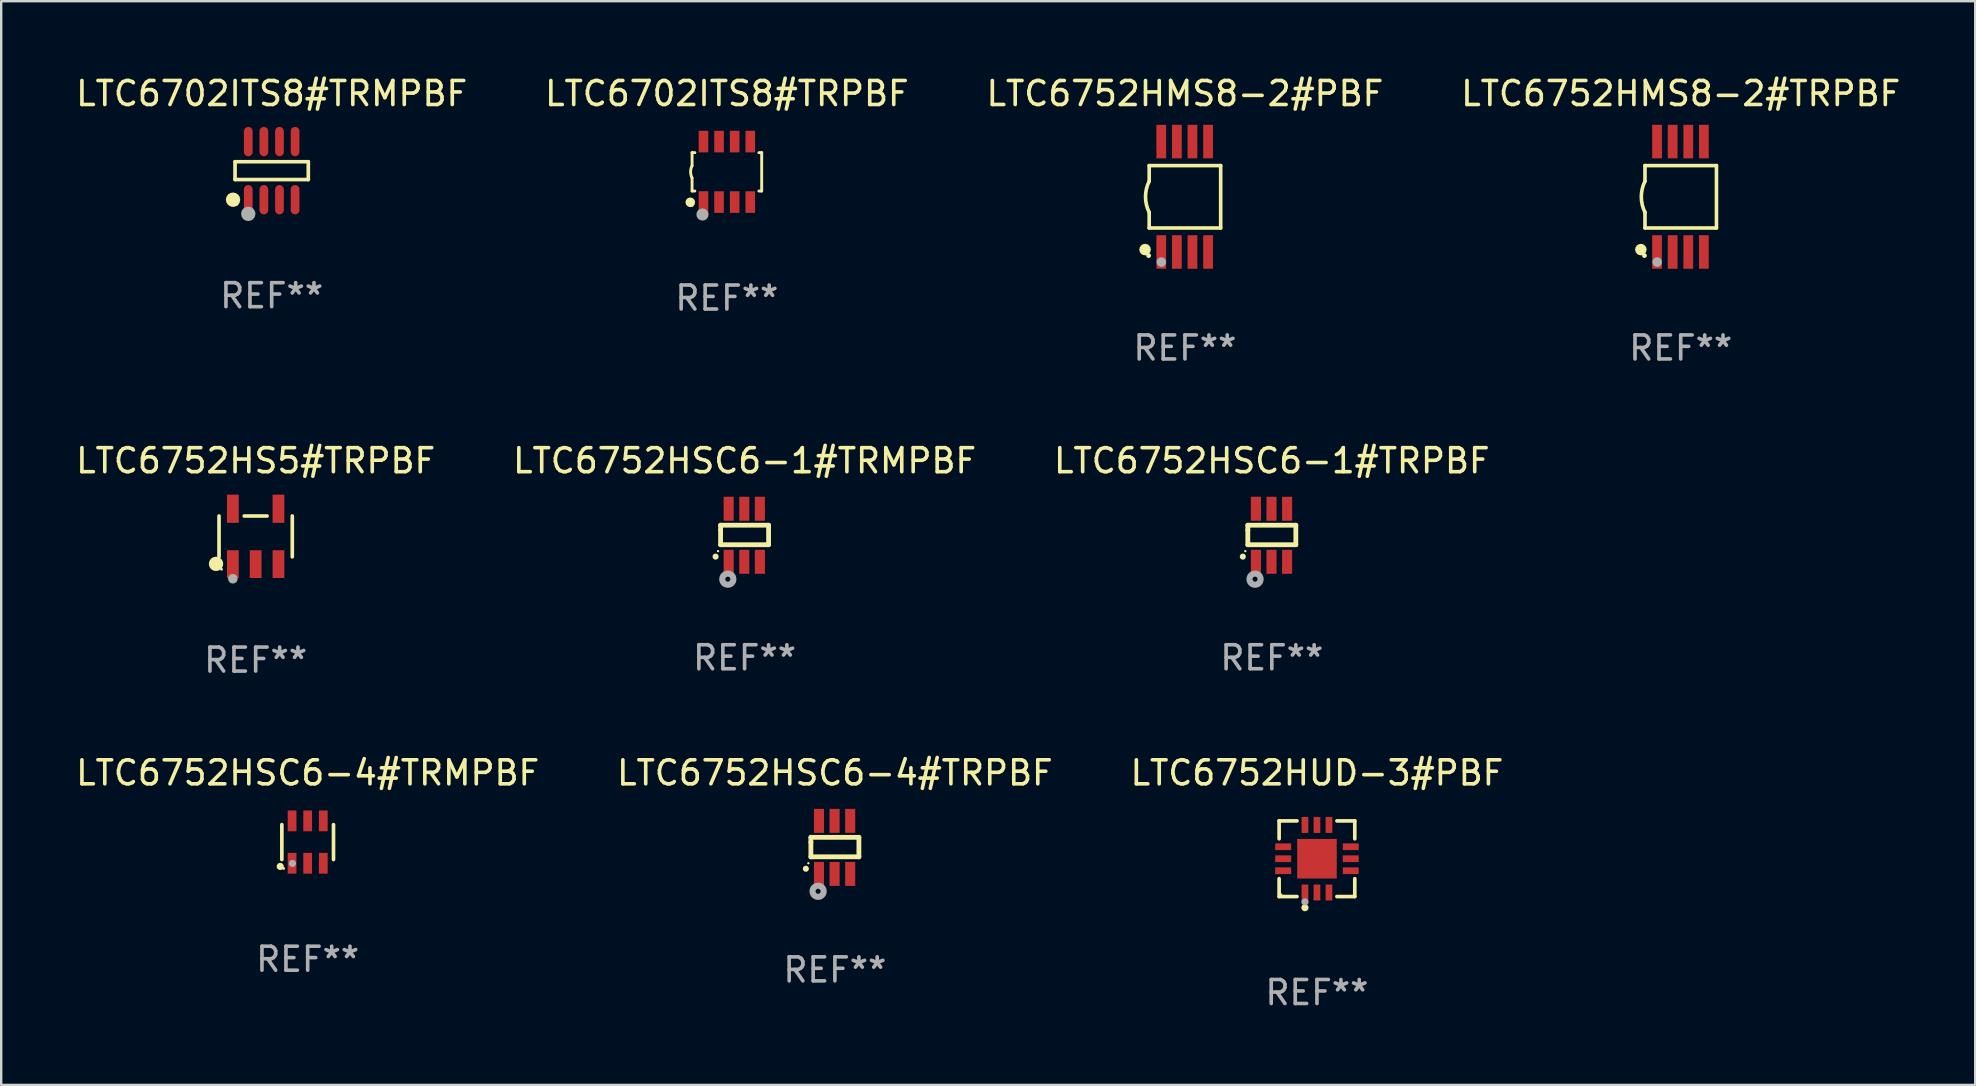
<source format=kicad_pcb>
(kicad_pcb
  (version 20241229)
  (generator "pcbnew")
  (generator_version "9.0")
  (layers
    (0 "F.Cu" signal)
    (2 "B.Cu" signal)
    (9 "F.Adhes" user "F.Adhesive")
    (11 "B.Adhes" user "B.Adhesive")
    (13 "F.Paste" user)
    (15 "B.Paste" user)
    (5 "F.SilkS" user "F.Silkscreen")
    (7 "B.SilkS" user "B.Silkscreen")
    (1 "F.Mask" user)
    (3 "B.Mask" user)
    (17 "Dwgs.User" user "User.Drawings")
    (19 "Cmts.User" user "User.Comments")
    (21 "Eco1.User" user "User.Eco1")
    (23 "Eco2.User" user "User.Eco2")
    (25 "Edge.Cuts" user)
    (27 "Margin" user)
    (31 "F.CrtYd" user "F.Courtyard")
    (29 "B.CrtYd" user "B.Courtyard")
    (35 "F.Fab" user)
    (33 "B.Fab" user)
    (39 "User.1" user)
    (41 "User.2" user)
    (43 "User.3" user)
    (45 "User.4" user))
  (footprint "LTC6702ITS8#TRMPBF"
    (layer "F.Cu")
    (at 8.268 4.059)
    (property "Reference" "LTC6702ITS8#TRMPBF" (at 0 -3.211 0) (layer "F.SilkS") (effects (font (size 1 1) (thickness 0.15))))
    (attr through_hole)
    (fp_line (start -1.526 -0.371) (end 1.526 -0.371) (stroke (width 0.152) (type solid)) (layer "F.SilkS"))
    (fp_line (start -1.526 0.371) (end -1.526 -0.371) (stroke (width 0.152) (type solid)) (layer "F.SilkS"))
    (fp_line (start 1.526 -0.371) (end 1.526 0.371) (stroke (width 0.152) (type solid)) (layer "F.SilkS"))
    (fp_line (start 1.526 0.371) (end -1.526 0.371) (stroke (width 0.152) (type solid)) (layer "F.SilkS"))
    (fp_circle (center -1.609 1.211) (end -1.459 1.211) (stroke (width 0.3) (type solid)) (fill no) (layer "F.SilkS"))
    (fp_circle (center -1.45 1.4) (end -1.42 1.4) (stroke (width 0.06) (type solid)) (fill no) (layer "F.SilkS"))
    (fp_circle (center -0.975 1.8) (end -0.825 1.8) (stroke (width 0.3) (type solid)) (fill no) (layer "F.Fab"))
    (fp_text user "REF**" (at 0 5.211 0) (layer "F.Fab") (effects (font (size 1 1) (thickness 0.15))))
    (pad "1" smd oval (at -0.975 1.211) (size 0.364 1.222) (layers "F.Cu" "F.Mask" "F.Paste"))
    (pad "2" smd oval (at -0.325 1.211) (size 0.364 1.222) (layers "F.Cu" "F.Mask" "F.Paste"))
    (pad "3" smd oval (at 0.325 1.211) (size 0.364 1.222) (layers "F.Cu" "F.Mask" "F.Paste"))
    (pad "4" smd oval (at 0.975 1.211) (size 0.364 1.222) (layers "F.Cu" "F.Mask" "F.Paste"))
    (pad "5" smd oval (at 0.975 -1.211) (size 0.364 1.222) (layers "F.Cu" "F.Mask" "F.Paste"))
    (pad "6" smd oval (at 0.325 -1.211) (size 0.364 1.222) (layers "F.Cu" "F.Mask" "F.Paste"))
    (pad "7" smd oval (at -0.325 -1.211) (size 0.364 1.222) (layers "F.Cu" "F.Mask" "F.Paste"))
    (pad "8" smd oval (at -0.975 -1.211) (size 0.364 1.222) (layers "F.Cu" "F.Mask" "F.Paste")))
  (footprint "LTC6752HSC6-1#TRMPBF"
    (layer "F.Cu")
    (at 27.97 19.25)
    (property "Reference" "LTC6752HSC6-1#TRMPBF" (at 0 -3.105 0) (layer "F.SilkS") (effects (font (size 1 1) (thickness 0.15))))
    (attr through_hole)
    (fp_line (start -1 -0.419) (end -1 -0.213) (stroke (width 0.2) (type solid)) (layer "F.SilkS"))
    (fp_line (start -1 -0.213) (end -1 0.393) (stroke (width 0.2) (type solid)) (layer "F.SilkS"))
    (fp_line (start -1 0.393) (end 1 0.393) (stroke (width 0.2) (type solid)) (layer "F.SilkS"))
    (fp_line (start 1 -0.419) (end -1 -0.419) (stroke (width 0.2) (type solid)) (layer "F.SilkS"))
    (fp_line (start 1 0.393) (end 1 -0.419) (stroke (width 0.2) (type solid)) (layer "F.SilkS"))
    (fp_arc (start -1.208509 0.890272) (mid -1.208515 0.889002) (end -1.208509 0.887732) (stroke (width 0.25) (type solid)) (layer "F.SilkS"))
    (fp_circle (center -1.105 0.66) (end -1.08 0.66) (stroke (width 0.05) (type solid)) (fill no) (layer "F.SilkS"))
    (fp_circle (center -0.699 1.829) (end -0.594 1.829) (stroke (width 0.254) (type solid)) (fill no) (layer "F.Fab"))
    (fp_text user "REF**" (at 0 5.105 0) (layer "F.Fab") (effects (font (size 1 1) (thickness 0.15))))
    (pad "1" smd rect (at -0.663 1.105) (size 0.42 1) (layers "F.Cu" "F.Mask" "F.Paste"))
    (pad "2" smd rect (at -0.013 1.105) (size 0.42 1) (layers "F.Cu" "F.Mask" "F.Paste"))
    (pad "3" smd rect (at 0.637 1.105) (size 0.42 1) (layers "F.Cu" "F.Mask" "F.Paste"))
    (pad "4" smd rect (at 0.637 -1.105 180) (size 0.42 1) (layers "F.Cu" "F.Mask" "F.Paste"))
    (pad "5" smd rect (at -0.013 -1.105 180) (size 0.42 1) (layers "F.Cu" "F.Mask" "F.Paste"))
    (pad "6" smd rect (at -0.663 -1.105 180) (size 0.42 1) (layers "F.Cu" "F.Mask" "F.Paste")))
  (footprint "LTC6752HSC6-1#TRPBF"
    (layer "F.Cu")
    (at 49.935 19.25)
    (property "Reference" "LTC6752HSC6-1#TRPBF" (at 0 -3.105 0) (layer "F.SilkS") (effects (font (size 1 1) (thickness 0.15))))
    (attr through_hole)
    (fp_line (start -1 -0.419) (end -1 -0.213) (stroke (width 0.2) (type solid)) (layer "F.SilkS"))
    (fp_line (start -1 -0.213) (end -1 0.393) (stroke (width 0.2) (type solid)) (layer "F.SilkS"))
    (fp_line (start -1 0.393) (end 1 0.393) (stroke (width 0.2) (type solid)) (layer "F.SilkS"))
    (fp_line (start 1 -0.419) (end -1 -0.419) (stroke (width 0.2) (type solid)) (layer "F.SilkS"))
    (fp_line (start 1 0.393) (end 1 -0.419) (stroke (width 0.2) (type solid)) (layer "F.SilkS"))
    (fp_arc (start -1.208509 0.890272) (mid -1.208515 0.889002) (end -1.208509 0.887732) (stroke (width 0.25) (type solid)) (layer "F.SilkS"))
    (fp_circle (center -1.105 0.66) (end -1.08 0.66) (stroke (width 0.05) (type solid)) (fill no) (layer "F.SilkS"))
    (fp_circle (center -0.699 1.829) (end -0.594 1.829) (stroke (width 0.254) (type solid)) (fill no) (layer "F.Fab"))
    (fp_text user "REF**" (at 0 5.105 0) (layer "F.Fab") (effects (font (size 1 1) (thickness 0.15))))
    (pad "1" smd rect (at -0.663 1.105) (size 0.42 1) (layers "F.Cu" "F.Mask" "F.Paste"))
    (pad "2" smd rect (at -0.013 1.105) (size 0.42 1) (layers "F.Cu" "F.Mask" "F.Paste"))
    (pad "3" smd rect (at 0.637 1.105) (size 0.42 1) (layers "F.Cu" "F.Mask" "F.Paste"))
    (pad "4" smd rect (at 0.637 -1.105 180) (size 0.42 1) (layers "F.Cu" "F.Mask" "F.Paste"))
    (pad "5" smd rect (at -0.013 -1.105 180) (size 0.42 1) (layers "F.Cu" "F.Mask" "F.Paste"))
    (pad "6" smd rect (at -0.663 -1.105 180) (size 0.42 1) (layers "F.Cu" "F.Mask" "F.Paste")))
  (footprint "LTC6702ITS8#TRPBF"
    (layer "F.Cu")
    (at 27.232 4.108)
    (property "Reference" "LTC6702ITS8#TRPBF" (at 0 -3.26 0) (layer "F.SilkS") (effects (font (size 1 1) (thickness 0.15))))
    (attr through_hole)
    (fp_line (start -1.45 -0.8) (end -1.45 -0.254) (stroke (width 0.12) (type solid)) (layer "F.SilkS"))
    (fp_line (start -1.45 -0.8) (end -1.334 -0.8) (stroke (width 0.12) (type solid)) (layer "F.SilkS"))
    (fp_line (start -1.45 0.8) (end -1.45 0.254) (stroke (width 0.12) (type solid)) (layer "F.SilkS"))
    (fp_line (start -1.45 0.8) (end -1.334 0.8) (stroke (width 0.12) (type solid)) (layer "F.SilkS"))
    (fp_line (start 1.334 -0.8) (end 1.45 -0.8) (stroke (width 0.12) (type solid)) (layer "F.SilkS"))
    (fp_line (start 1.334 0.8) (end 1.45 0.8) (stroke (width 0.12) (type solid)) (layer "F.SilkS"))
    (fp_line (start 1.45 0.8) (end 1.45 -0.8) (stroke (width 0.12) (type solid)) (layer "F.SilkS"))
    (fp_arc (start -1.45075 0.255144) (mid -1.510605 0.000434) (end -1.450013 -0.254102) (stroke (width 0.11999) (type solid)) (layer "F.SilkS"))
    (fp_circle (center -1.524 1.27) (end -1.424 1.27) (stroke (width 0.2) (type solid)) (fill no) (layer "F.SilkS"))
    (fp_circle (center -1.45 1.4) (end -1.42 1.4) (stroke (width 0.06) (type solid)) (fill no) (layer "F.SilkS"))
    (fp_circle (center -1.016 1.778) (end -0.889 1.778) (stroke (width 0.254) (type solid)) (fill no) (layer "F.Fab"))
    (fp_text user "REF**" (at 0 5.26 0) (layer "F.Fab") (effects (font (size 1 1) (thickness 0.15))))
    (pad "1" smd rect (at -0.975 1.26) (size 0.4 0.9) (layers "F.Cu" "F.Mask" "F.Paste"))
    (pad "2" smd rect (at -0.325 1.26) (size 0.4 0.9) (layers "F.Cu" "F.Mask" "F.Paste"))
    (pad "3" smd rect (at 0.325 1.26) (size 0.4 0.9) (layers "F.Cu" "F.Mask" "F.Paste"))
    (pad "4" smd rect (at 0.975 1.26) (size 0.4 0.9) (layers "F.Cu" "F.Mask" "F.Paste"))
    (pad "5" smd rect (at 0.975 -1.26) (size 0.4 0.9) (layers "F.Cu" "F.Mask" "F.Paste"))
    (pad "6" smd rect (at 0.325 -1.26) (size 0.4 0.9) (layers "F.Cu" "F.Mask" "F.Paste"))
    (pad "7" smd rect (at -0.325 -1.26) (size 0.4 0.9) (layers "F.Cu" "F.Mask" "F.Paste"))
    (pad "8" smd rect (at -0.975 -1.26) (size 0.4 0.9) (layers "F.Cu" "F.Mask" "F.Paste")))
  (footprint "LTC6752HUD-3#PBF"
    (layer "F.Cu")
    (at 51.815 32.725)
    (property "Reference" "LTC6752HUD-3#PBF" (at 0 -3.576 0) (layer "F.SilkS") (effects (font (size 1 1) (thickness 0.15))))
    (attr through_hole)
    (fp_line (start -1.576 -1.576) (end -0.831 -1.576) (stroke (width 0.152) (type solid)) (layer "F.SilkS"))
    (fp_line (start -1.576 -0.831) (end -1.576 -1.576) (stroke (width 0.152) (type solid)) (layer "F.SilkS"))
    (fp_line (start -1.576 0.831) (end -1.576 1.576) (stroke (width 0.152) (type solid)) (layer "F.SilkS"))
    (fp_line (start -1.576 1.576) (end -0.831 1.576) (stroke (width 0.152) (type solid)) (layer "F.SilkS"))
    (fp_line (start 1.576 -1.576) (end 0.831 -1.576) (stroke (width 0.152) (type solid)) (layer "F.SilkS"))
    (fp_line (start 1.576 -0.831) (end 1.576 -1.576) (stroke (width 0.152) (type solid)) (layer "F.SilkS"))
    (fp_line (start 1.576 0.831) (end 1.576 1.576) (stroke (width 0.152) (type solid)) (layer "F.SilkS"))
    (fp_line (start 1.576 1.576) (end 0.831 1.576) (stroke (width 0.152) (type solid)) (layer "F.SilkS"))
    (fp_circle (center -1.5 1.5) (end -1.47 1.5) (stroke (width 0.06) (type solid)) (fill no) (layer "F.SilkS"))
    (fp_circle (center -0.5 2.04) (end -0.425 2.04) (stroke (width 0.15) (type solid)) (fill no) (layer "F.SilkS"))
    (fp_circle (center -0.5 1.8) (end -0.425 1.8) (stroke (width 0.15) (type solid)) (fill no) (layer "F.Fab"))
    (fp_text user "REF**" (at 0 5.576 0) (layer "F.Fab") (effects (font (size 1 1) (thickness 0.15))))
    (pad "1" smd rect (at -0.5 1.407) (size 0.28 0.665) (layers "F.Cu" "F.Mask" "F.Paste"))
    (pad "2" smd rect (at 0 1.407) (size 0.28 0.665) (layers "F.Cu" "F.Mask" "F.Paste"))
    (pad "3" smd rect (at 0.5 1.407) (size 0.28 0.665) (layers "F.Cu" "F.Mask" "F.Paste"))
    (pad "4" smd rect (at 1.407 0.5) (size 0.665 0.28) (layers "F.Cu" "F.Mask" "F.Paste"))
    (pad "5" smd rect (at 1.407 0) (size 0.665 0.28) (layers "F.Cu" "F.Mask" "F.Paste"))
    (pad "6" smd rect (at 1.407 -0.5) (size 0.665 0.28) (layers "F.Cu" "F.Mask" "F.Paste"))
    (pad "7" smd rect (at 0.5 -1.407) (size 0.28 0.665) (layers "F.Cu" "F.Mask" "F.Paste"))
    (pad "8" smd rect (at 0 -1.407) (size 0.28 0.665) (layers "F.Cu" "F.Mask" "F.Paste"))
    (pad "9" smd rect (at -0.5 -1.407) (size 0.28 0.665) (layers "F.Cu" "F.Mask" "F.Paste"))
    (pad "10" smd rect (at -1.407 -0.5) (size 0.665 0.28) (layers "F.Cu" "F.Mask" "F.Paste"))
    (pad "11" smd rect (at -1.407 0) (size 0.665 0.28) (layers "F.Cu" "F.Mask" "F.Paste"))
    (pad "12" smd rect (at -1.407 0.5) (size 0.665 0.28) (layers "F.Cu" "F.Mask" "F.Paste"))
    (pad "13" smd rect (at 0 0) (size 1.65 1.65) (layers "F.Cu" "F.Mask" "F.Paste")))
  (footprint "LTC6752HS5#TRPBF"
    (layer "F.Cu")
    (at 7.601 19.298)
    (property "Reference" "LTC6752HS5#TRPBF" (at 0 -3.154 0) (layer "F.SilkS") (effects (font (size 1 1) (thickness 0.15))))
    (attr through_hole)
    (fp_line (start -1.526 0.851) (end -1.526 -0.851) (stroke (width 0.152) (type solid)) (layer "F.SilkS"))
    (fp_line (start 0.476 -0.851) (end -0.476 -0.851) (stroke (width 0.152) (type solid)) (layer "F.SilkS"))
    (fp_line (start 1.526 0.851) (end 1.526 -0.851) (stroke (width 0.152) (type solid)) (layer "F.SilkS"))
    (fp_circle (center -1.651 1.143) (end -1.501 1.143) (stroke (width 0.3) (type solid)) (fill no) (layer "F.SilkS"))
    (fp_circle (center -1.42 1.37) (end -1.39 1.37) (stroke (width 0.06) (type solid)) (fill no) (layer "F.SilkS"))
    (fp_circle (center -0.95 1.763) (end -0.85 1.763) (stroke (width 0.2) (type solid)) (fill no) (layer "F.Fab"))
    (fp_text user "REF**" (at 0 5.154 0) (layer "F.Fab") (effects (font (size 1 1) (thickness 0.15))))
    (pad "1" smd rect (at -0.95 1.154) (size 0.49 1.157) (layers "F.Cu" "F.Mask" "F.Paste"))
    (pad "2" smd rect (at 0 1.154) (size 0.49 1.157) (layers "F.Cu" "F.Mask" "F.Paste"))
    (pad "3" smd rect (at 0.95 1.154) (size 0.49 1.157) (layers "F.Cu" "F.Mask" "F.Paste"))
    (pad "4" smd rect (at 0.95 -1.154) (size 0.49 1.175) (layers "F.Cu" "F.Mask" "F.Paste"))
    (pad "5" smd rect (at -0.95 -1.154) (size 0.49 1.175) (layers "F.Cu" "F.Mask" "F.Paste")))
  (footprint "LTC6752HMS8-2#PBF"
    (layer "F.Cu")
    (at 46.315 5.148)
    (property "Reference" "LTC6752HMS8-2#PBF" (at 0 -4.3 0) (layer "F.SilkS") (effects (font (size 1 1) (thickness 0.15))))
    (attr through_hole)
    (fp_line (start -1.489 -1.3) (end -1.489 -0.648) (stroke (width 0.15) (type solid)) (layer "F.SilkS"))
    (fp_line (start -1.489 0.648) (end -1.489 1.3) (stroke (width 0.15) (type solid)) (layer "F.SilkS"))
    (fp_line (start -1.489 1.3) (end 1.489 1.3) (stroke (width 0.15) (type solid)) (layer "F.SilkS"))
    (fp_line (start 1.489 -1.3) (end -1.489 -1.3) (stroke (width 0.15) (type solid)) (layer "F.SilkS"))
    (fp_line (start 1.489 1.3) (end 1.489 -1.3) (stroke (width 0.15) (type solid)) (layer "F.SilkS"))
    (fp_arc (start -1.489205 0.647702) (mid -1.642107 0) (end -1.489205 -0.647701) (stroke (width 0.150013) (type solid)) (layer "F.SilkS"))
    (fp_circle (center -1.661 2.2) (end -1.541 2.2) (stroke (width 0.24) (type solid)) (fill no) (layer "F.SilkS"))
    (fp_circle (center -1.511 2.45) (end -1.461 2.45) (stroke (width 0.1) (type solid)) (fill no) (layer "F.SilkS"))
    (fp_circle (center -0.981 2.72) (end -0.881 2.72) (stroke (width 0.2) (type solid)) (fill no) (layer "F.Fab"))
    (fp_text user "REF**" (at 0 6.3 0) (layer "F.Fab") (effects (font (size 1 1) (thickness 0.15))))
    (pad "1" smd rect (at -0.986 2.3) (size 0.406 1.397) (layers "F.Cu" "F.Mask" "F.Paste"))
    (pad "2" smd rect (at -0.336 2.3) (size 0.406 1.397) (layers "F.Cu" "F.Mask" "F.Paste"))
    (pad "3" smd rect (at 0.314 2.3) (size 0.406 1.397) (layers "F.Cu" "F.Mask" "F.Paste"))
    (pad "4" smd rect (at 0.964 2.3) (size 0.406 1.397) (layers "F.Cu" "F.Mask" "F.Paste"))
    (pad "5" smd rect (at 0.964 -2.3) (size 0.406 1.397) (layers "F.Cu" "F.Mask" "F.Paste"))
    (pad "6" smd rect (at 0.314 -2.3) (size 0.406 1.397) (layers "F.Cu" "F.Mask" "F.Paste"))
    (pad "7" smd rect (at -0.336 -2.3) (size 0.406 1.397) (layers "F.Cu" "F.Mask" "F.Paste"))
    (pad "8" smd rect (at -0.986 -2.3) (size 0.406 1.397) (layers "F.Cu" "F.Mask" "F.Paste")))
  (footprint "LTC6752HSC6-4#TRMPBF"
    (layer "F.Cu")
    (at 9.768 32.031)
    (property "Reference" "LTC6752HSC6-4#TRMPBF" (at 0 -2.883 0) (layer "F.SilkS") (effects (font (size 1 1) (thickness 0.15))))
    (attr through_hole)
    (fp_line (start -1.076 0.726) (end -1.076 -0.726) (stroke (width 0.152) (type solid)) (layer "F.SilkS"))
    (fp_line (start 1.076 0.726) (end 1.076 -0.726) (stroke (width 0.152) (type solid)) (layer "F.SilkS"))
    (fp_circle (center -1.143 1.016) (end -1.068 1.016) (stroke (width 0.15) (type solid)) (fill no) (layer "F.SilkS"))
    (fp_circle (center -1 1.1) (end -0.97 1.1) (stroke (width 0.06) (type solid)) (fill no) (layer "F.SilkS"))
    (fp_circle (center -0.635 0.889) (end -0.56 0.889) (stroke (width 0.15) (type solid)) (fill no) (layer "F.Fab"))
    (fp_text user "REF**" (at 0 4.883 0) (layer "F.Fab") (effects (font (size 1 1) (thickness 0.15))))
    (pad "1" smd rect (at -0.65 0.883) (size 0.364 0.866) (layers "F.Cu" "F.Mask" "F.Paste"))
    (pad "2" smd rect (at 0 0.883) (size 0.364 0.866) (layers "F.Cu" "F.Mask" "F.Paste"))
    (pad "3" smd rect (at 0.65 0.883) (size 0.364 0.866) (layers "F.Cu" "F.Mask" "F.Paste"))
    (pad "4" smd rect (at 0.65 -0.883) (size 0.364 0.866) (layers "F.Cu" "F.Mask" "F.Paste"))
    (pad "5" smd rect (at 0 -0.883) (size 0.364 0.866) (layers "F.Cu" "F.Mask" "F.Paste"))
    (pad "6" smd rect (at -0.65 -0.883) (size 0.364 0.866) (layers "F.Cu" "F.Mask" "F.Paste")))
  (footprint "LTC6752HSC6-4#TRPBF"
    (layer "F.Cu")
    (at 31.732 32.253)
    (property "Reference" "LTC6752HSC6-4#TRPBF" (at 0 -3.105 0) (layer "F.SilkS") (effects (font (size 1 1) (thickness 0.15))))
    (attr through_hole)
    (fp_line (start -1 -0.419) (end -1 -0.213) (stroke (width 0.2) (type solid)) (layer "F.SilkS"))
    (fp_line (start -1 -0.213) (end -1 0.393) (stroke (width 0.2) (type solid)) (layer "F.SilkS"))
    (fp_line (start -1 0.393) (end 1 0.393) (stroke (width 0.2) (type solid)) (layer "F.SilkS"))
    (fp_line (start 1 -0.419) (end -1 -0.419) (stroke (width 0.2) (type solid)) (layer "F.SilkS"))
    (fp_line (start 1 0.393) (end 1 -0.419) (stroke (width 0.2) (type solid)) (layer "F.SilkS"))
    (fp_arc (start -1.208509 0.890272) (mid -1.208515 0.889002) (end -1.208509 0.887732) (stroke (width 0.25) (type solid)) (layer "F.SilkS"))
    (fp_circle (center -1.105 0.66) (end -1.08 0.66) (stroke (width 0.05) (type solid)) (fill no) (layer "F.SilkS"))
    (fp_circle (center -0.699 1.829) (end -0.594 1.829) (stroke (width 0.254) (type solid)) (fill no) (layer "F.Fab"))
    (fp_text user "REF**" (at 0 5.105 0) (layer "F.Fab") (effects (font (size 1 1) (thickness 0.15))))
    (pad "1" smd rect (at -0.663 1.105) (size 0.42 1) (layers "F.Cu" "F.Mask" "F.Paste"))
    (pad "2" smd rect (at -0.013 1.105) (size 0.42 1) (layers "F.Cu" "F.Mask" "F.Paste"))
    (pad "3" smd rect (at 0.637 1.105) (size 0.42 1) (layers "F.Cu" "F.Mask" "F.Paste"))
    (pad "4" smd rect (at 0.637 -1.105 180) (size 0.42 1) (layers "F.Cu" "F.Mask" "F.Paste"))
    (pad "5" smd rect (at -0.013 -1.105 180) (size 0.42 1) (layers "F.Cu" "F.Mask" "F.Paste"))
    (pad "6" smd rect (at -0.663 -1.105 180) (size 0.42 1) (layers "F.Cu" "F.Mask" "F.Paste")))
  (footprint "LTC6752HMS8-2#TRPBF"
    (layer "F.Cu")
    (at 66.97 5.148)
    (property "Reference" "LTC6752HMS8-2#TRPBF" (at 0 -4.3 0) (layer "F.SilkS") (effects (font (size 1 1) (thickness 0.15))))
    (attr through_hole)
    (fp_line (start -1.489 -1.3) (end -1.489 -0.648) (stroke (width 0.15) (type solid)) (layer "F.SilkS"))
    (fp_line (start -1.489 0.648) (end -1.489 1.3) (stroke (width 0.15) (type solid)) (layer "F.SilkS"))
    (fp_line (start -1.489 1.3) (end 1.489 1.3) (stroke (width 0.15) (type solid)) (layer "F.SilkS"))
    (fp_line (start 1.489 -1.3) (end -1.489 -1.3) (stroke (width 0.15) (type solid)) (layer "F.SilkS"))
    (fp_line (start 1.489 1.3) (end 1.489 -1.3) (stroke (width 0.15) (type solid)) (layer "F.SilkS"))
    (fp_arc (start -1.489205 0.647702) (mid -1.642107 0) (end -1.489205 -0.647701) (stroke (width 0.150013) (type solid)) (layer "F.SilkS"))
    (fp_circle (center -1.661 2.2) (end -1.541 2.2) (stroke (width 0.24) (type solid)) (fill no) (layer "F.SilkS"))
    (fp_circle (center -1.511 2.45) (end -1.461 2.45) (stroke (width 0.1) (type solid)) (fill no) (layer "F.SilkS"))
    (fp_circle (center -0.981 2.72) (end -0.881 2.72) (stroke (width 0.2) (type solid)) (fill no) (layer "F.Fab"))
    (fp_text user "REF**" (at 0 6.3 0) (layer "F.Fab") (effects (font (size 1 1) (thickness 0.15))))
    (pad "1" smd rect (at -0.986 2.3) (size 0.406 1.397) (layers "F.Cu" "F.Mask" "F.Paste"))
    (pad "2" smd rect (at -0.336 2.3) (size 0.406 1.397) (layers "F.Cu" "F.Mask" "F.Paste"))
    (pad "3" smd rect (at 0.314 2.3) (size 0.406 1.397) (layers "F.Cu" "F.Mask" "F.Paste"))
    (pad "4" smd rect (at 0.964 2.3) (size 0.406 1.397) (layers "F.Cu" "F.Mask" "F.Paste"))
    (pad "5" smd rect (at 0.964 -2.3) (size 0.406 1.397) (layers "F.Cu" "F.Mask" "F.Paste"))
    (pad "6" smd rect (at 0.314 -2.3) (size 0.406 1.397) (layers "F.Cu" "F.Mask" "F.Paste"))
    (pad "7" smd rect (at -0.336 -2.3) (size 0.406 1.397) (layers "F.Cu" "F.Mask" "F.Paste"))
    (pad "8" smd rect (at -0.986 -2.3) (size 0.406 1.397) (layers "F.Cu" "F.Mask" "F.Paste")))
  (gr_rect
    (start -3 -3)
    (end 79.238 42.149)
    (stroke (width 0.1) (type default))
    (fill no)
    (layer "Edge.Cuts")))
</source>
